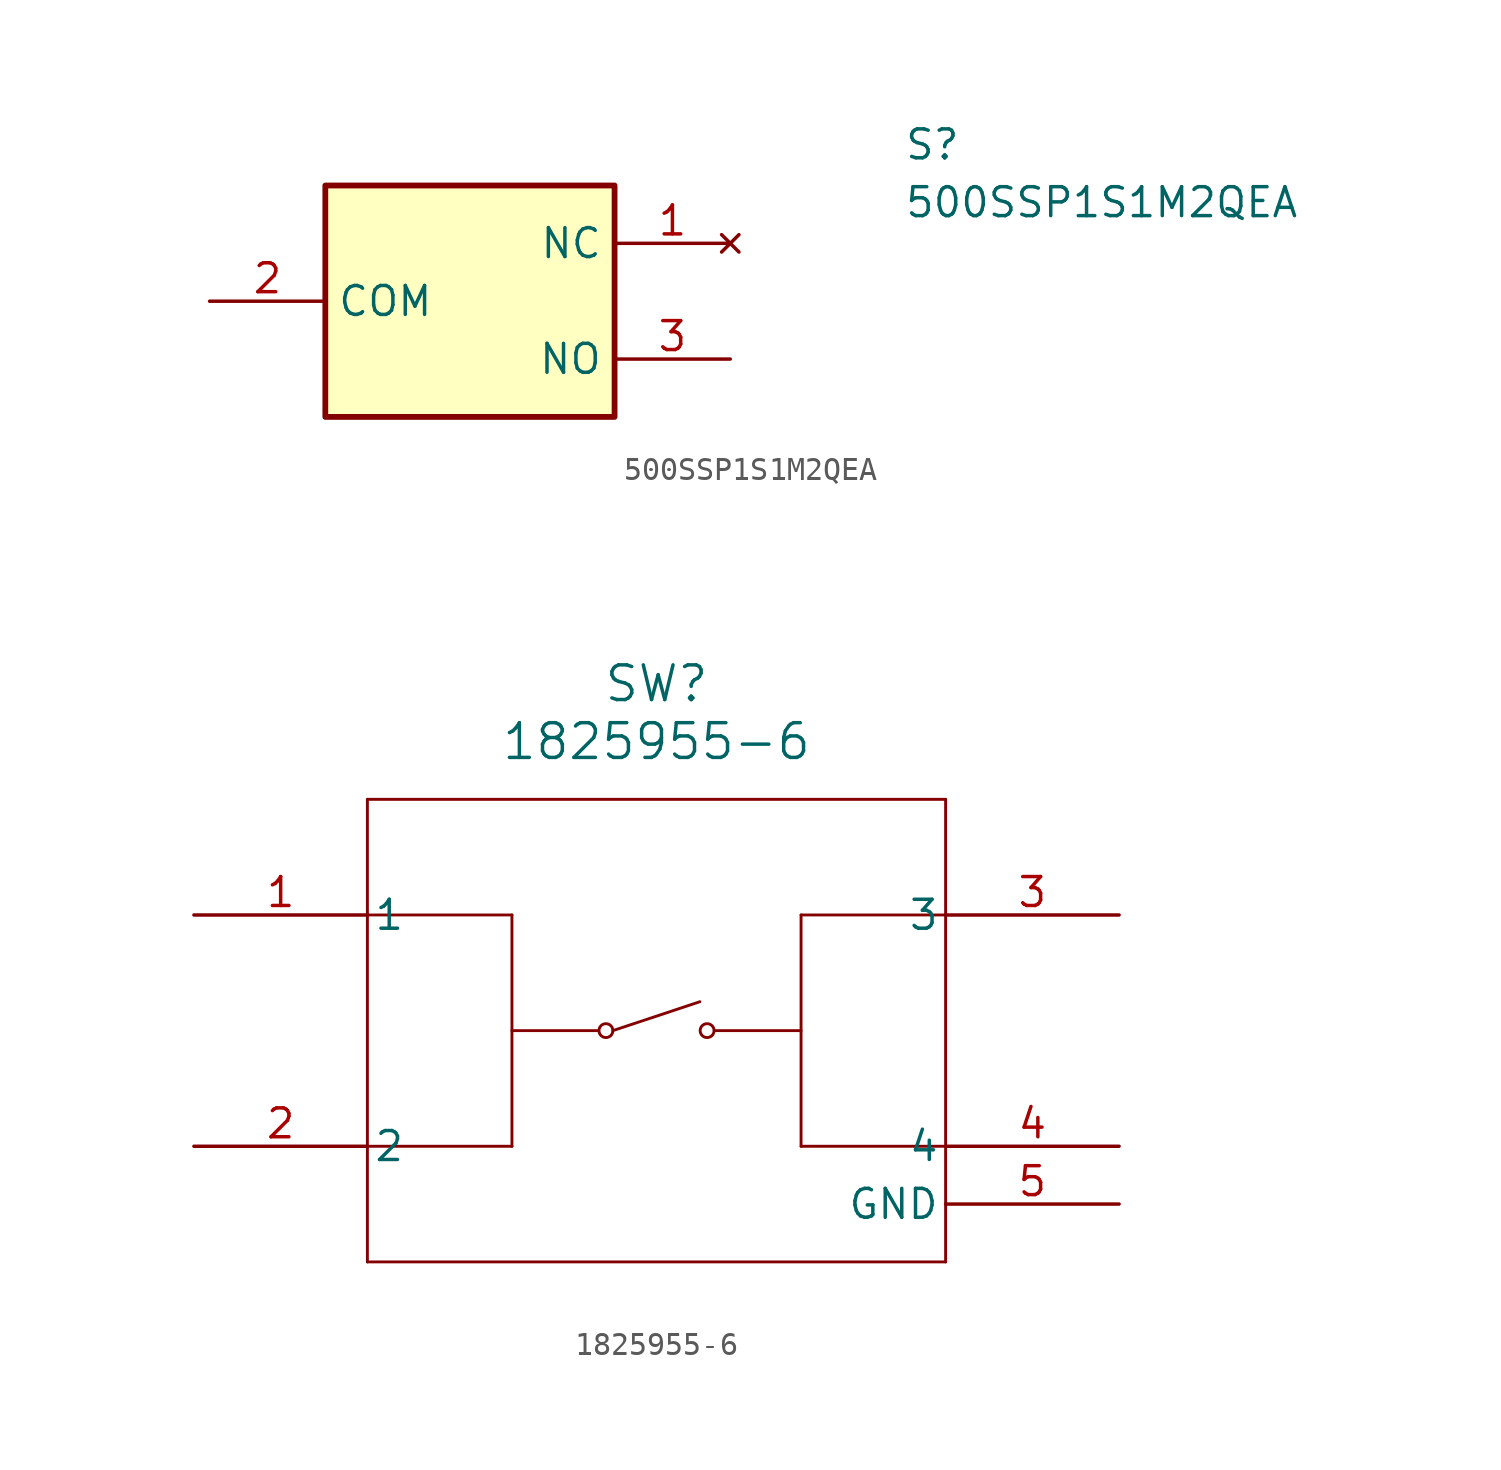
<source format=kicad_sym>
(kicad_symbol_lib
  (version 20241209)
  (generator "kicad_symbol_editor")
  (generator_version "9.0")
  (symbol "500SSP1S1M2QEA"
    (property "Reference" "S"
      (at 19.05 7.62 0)
      (effects (font (size 1.27 1.27)) (justify left top)))
    (property "Value" "500SSP1S1M2QEA"
      (at 19.05 5.08 0)
      (effects (font (size 1.27 1.27)) (justify left top)))
    (symbol "500SSP1S1M2QEA_1_1"
      (rectangle (start 6.35 5.08) (end -6.35 -5.08) (stroke (width 0.254) (type default)) (fill (type background)))
      (pin passive line (at -11.43 0 0) (length 5.08) (name "COM" (effects (font (size 1.27 1.27)))) (number "2" (effects (font (size 1.27 1.27)))))
      (pin no_connect line (at 11.43 2.54 180) (length 5.08) (name "NC" (effects (font (size 1.27 1.27)))) (number "1" (effects (font (size 1.27 1.27)))))
      (pin passive line (at 11.43 -2.54 180) (length 5.08) (name "NO" (effects (font (size 1.27 1.27)))) (number "3" (effects (font (size 1.27 1.27)))))))
  (symbol "1825955-6"
    (pin_names
      (offset 0.254))
    (property "Reference" "SW"
      (at 20.32 10.16 0)
      (effects (font (size 1.524 1.524))))
    (property "Value" "1825955-6"
      (at 20.32 7.62 0)
      (effects (font (size 1.524 1.524))))
    (property "ki_locked" ""
      (at 0 0 0)
      (effects (font (size 1.27 1.27))))
    (symbol "1825955-6_0_1"
      (polyline (pts (xy 7.62 5.08) (xy 7.62 -15.24)) (stroke (width 0.127) (type default)) (fill (type none)))
      (polyline (pts (xy 7.62 0) (xy 13.97 0)) (stroke (width 0.127) (type default)) (fill (type none)))
      (polyline (pts (xy 7.62 -10.16) (xy 13.97 -10.16)) (stroke (width 0.127) (type default)) (fill (type none)))
      (polyline (pts (xy 7.62 -15.24) (xy 33.02 -15.24)) (stroke (width 0.127) (type default)) (fill (type none)))
      (polyline (pts (xy 13.97 0) (xy 13.97 -10.16)) (stroke (width 0.127) (type default)) (fill (type none)))
      (polyline (pts (xy 13.97 -5.08) (xy 17.78 -5.08)) (stroke (width 0.127) (type default)) (fill (type none)))
      (circle (center 18.098 -5.08) (radius 0.305) (stroke (width 0.127) (type default)) (fill (type none)))
      (polyline (pts (xy 18.402 -5.08) (xy 22.225 -3.81)) (stroke (width 0.127) (type default)) (fill (type none)))
      (circle (center 22.543 -5.08) (radius 0.305) (stroke (width 0.127) (type default)) (fill (type none)))
      (polyline (pts (xy 22.86 -5.08) (xy 26.67 -5.08)) (stroke (width 0.127) (type default)) (fill (type none)))
      (polyline (pts (xy 26.67 0) (xy 26.67 -10.16)) (stroke (width 0.127) (type default)) (fill (type none)))
      (polyline (pts (xy 26.67 -10.16) (xy 33.02 -10.16)) (stroke (width 0.127) (type default)) (fill (type none)))
      (polyline (pts (xy 33.02 5.08) (xy 7.62 5.08)) (stroke (width 0.127) (type default)) (fill (type none)))
      (polyline (pts (xy 33.02 0) (xy 26.67 0)) (stroke (width 0.127) (type default)) (fill (type none)))
      (polyline (pts (xy 33.02 -15.24) (xy 33.02 5.08)) (stroke (width 0.127) (type default)) (fill (type none)))
      (pin unspecified line (at 0 0 0) (length 7.62) (name "1" (effects (font (size 1.27 1.27)))) (number "1" (effects (font (size 1.27 1.27)))))
      (pin unspecified line (at 0 -10.16 0) (length 7.62) (name "2" (effects (font (size 1.27 1.27)))) (number "2" (effects (font (size 1.27 1.27)))))
      (pin unspecified line (at 40.64 0 180) (length 7.62) (name "3" (effects (font (size 1.27 1.27)))) (number "3" (effects (font (size 1.27 1.27)))))
      (pin unspecified line (at 40.64 -10.16 180) (length 7.62) (name "4" (effects (font (size 1.27 1.27)))) (number "4" (effects (font (size 1.27 1.27)))))
      (pin unspecified line (at 40.64 -12.7 180) (length 7.62) (name "GND" (effects (font (size 1.27 1.27)))) (number "5" (effects (font (size 1.27 1.27))))))))
</source>
